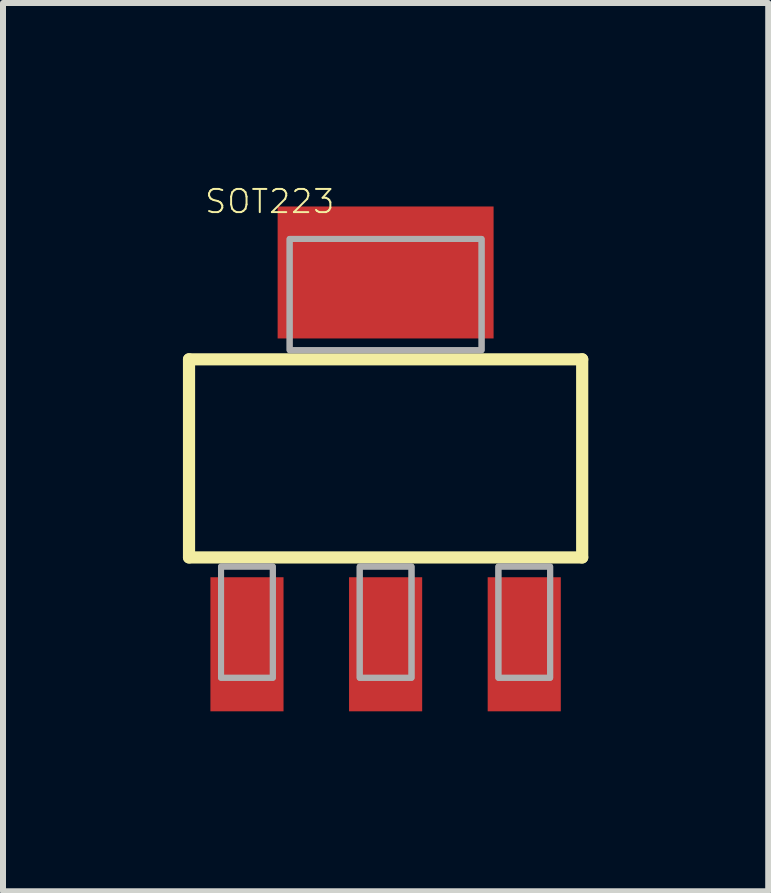
<source format=kicad_pcb>
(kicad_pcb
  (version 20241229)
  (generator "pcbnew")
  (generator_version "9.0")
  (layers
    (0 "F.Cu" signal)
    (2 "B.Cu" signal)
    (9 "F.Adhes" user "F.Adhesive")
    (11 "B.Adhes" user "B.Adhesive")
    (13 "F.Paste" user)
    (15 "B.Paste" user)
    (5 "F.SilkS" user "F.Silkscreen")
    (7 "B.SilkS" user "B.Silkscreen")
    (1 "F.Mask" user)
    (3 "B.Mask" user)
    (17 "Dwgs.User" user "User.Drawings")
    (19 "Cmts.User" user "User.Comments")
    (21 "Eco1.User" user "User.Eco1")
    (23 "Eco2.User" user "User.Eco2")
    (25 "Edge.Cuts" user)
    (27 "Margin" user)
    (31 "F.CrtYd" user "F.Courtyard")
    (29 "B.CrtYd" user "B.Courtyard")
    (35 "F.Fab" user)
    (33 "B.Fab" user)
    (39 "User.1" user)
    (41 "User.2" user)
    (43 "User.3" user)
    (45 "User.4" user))
  (footprint "SOT223"
    (layer "F.Cu")
    (at 3.378 4.591)
    (property "Reference" "SOT223" (at -0.826 -4.508 0) (layer "F.SilkS") (effects (font (size 0.386 0.386) (thickness 0.033)) (justify right top)))
    (attr through_hole)
    (fp_line (start -3.277 -1.651) (end 3.277 -1.651) (stroke (width 0.203) (type solid)) (layer "F.SilkS"))
    (fp_line (start -3.277 1.651) (end -3.277 -1.651) (stroke (width 0.203) (type solid)) (layer "F.SilkS"))
    (fp_line (start 3.277 -1.651) (end 3.277 1.651) (stroke (width 0.203) (type solid)) (layer "F.SilkS"))
    (fp_line (start 3.277 1.651) (end -3.277 1.651) (stroke (width 0.203) (type solid)) (layer "F.SilkS"))
    (fp_poly (pts (xy -2.743 3.658) (xy -1.88 3.658) (xy -1.88 1.803) (xy -2.743 1.803)) (stroke (width 0.1) (type solid)) (fill no) (layer "F.Fab"))
    (fp_poly (pts (xy -2.743 3.658) (xy -1.88 3.658) (xy -1.88 1.803) (xy -2.743 1.803)) (stroke (width 0.1) (type solid)) (fill no) (layer "F.Fab"))
    (fp_poly (pts (xy -1.6 -1.803) (xy 1.6 -1.803) (xy 1.6 -3.658) (xy -1.6 -3.658)) (stroke (width 0.1) (type solid)) (fill no) (layer "F.Fab"))
    (fp_poly (pts (xy -1.6 -1.803) (xy 1.6 -1.803) (xy 1.6 -3.658) (xy -1.6 -3.658)) (stroke (width 0.1) (type solid)) (fill no) (layer "F.Fab"))
    (fp_poly (pts (xy -0.432 3.658) (xy 0.432 3.658) (xy 0.432 1.803) (xy -0.432 1.803)) (stroke (width 0.1) (type solid)) (fill no) (layer "F.Fab"))
    (fp_poly (pts (xy -0.432 3.658) (xy 0.432 3.658) (xy 0.432 1.803) (xy -0.432 1.803)) (stroke (width 0.1) (type solid)) (fill no) (layer "F.Fab"))
    (fp_poly (pts (xy 1.88 3.658) (xy 2.743 3.658) (xy 2.743 1.803) (xy 1.88 1.803)) (stroke (width 0.1) (type solid)) (fill no) (layer "F.Fab"))
    (fp_poly (pts (xy 1.88 3.658) (xy 2.743 3.658) (xy 2.743 1.803) (xy 1.88 1.803)) (stroke (width 0.1) (type solid)) (fill no) (layer "F.Fab"))
    (pad "1" smd rect (at -2.311 3.099) (size 1.219 2.235) (layers "F.Cu" "F.Mask" "F.Paste"))
    (pad "2" smd rect (at 0 3.099) (size 1.219 2.235) (layers "F.Cu" "F.Mask" "F.Paste"))
    (pad "3" smd rect (at 2.311 3.099) (size 1.219 2.235) (layers "F.Cu" "F.Mask" "F.Paste"))
    (pad "4" smd rect (at 0 -3.099) (size 3.6 2.2) (layers "F.Cu" "F.Mask" "F.Paste")))
  (gr_rect
    (start -3 -3)
    (end 9.756 11.807)
    (stroke (width 0.1) (type default))
    (fill no)
    (layer "Edge.Cuts")))
</source>
